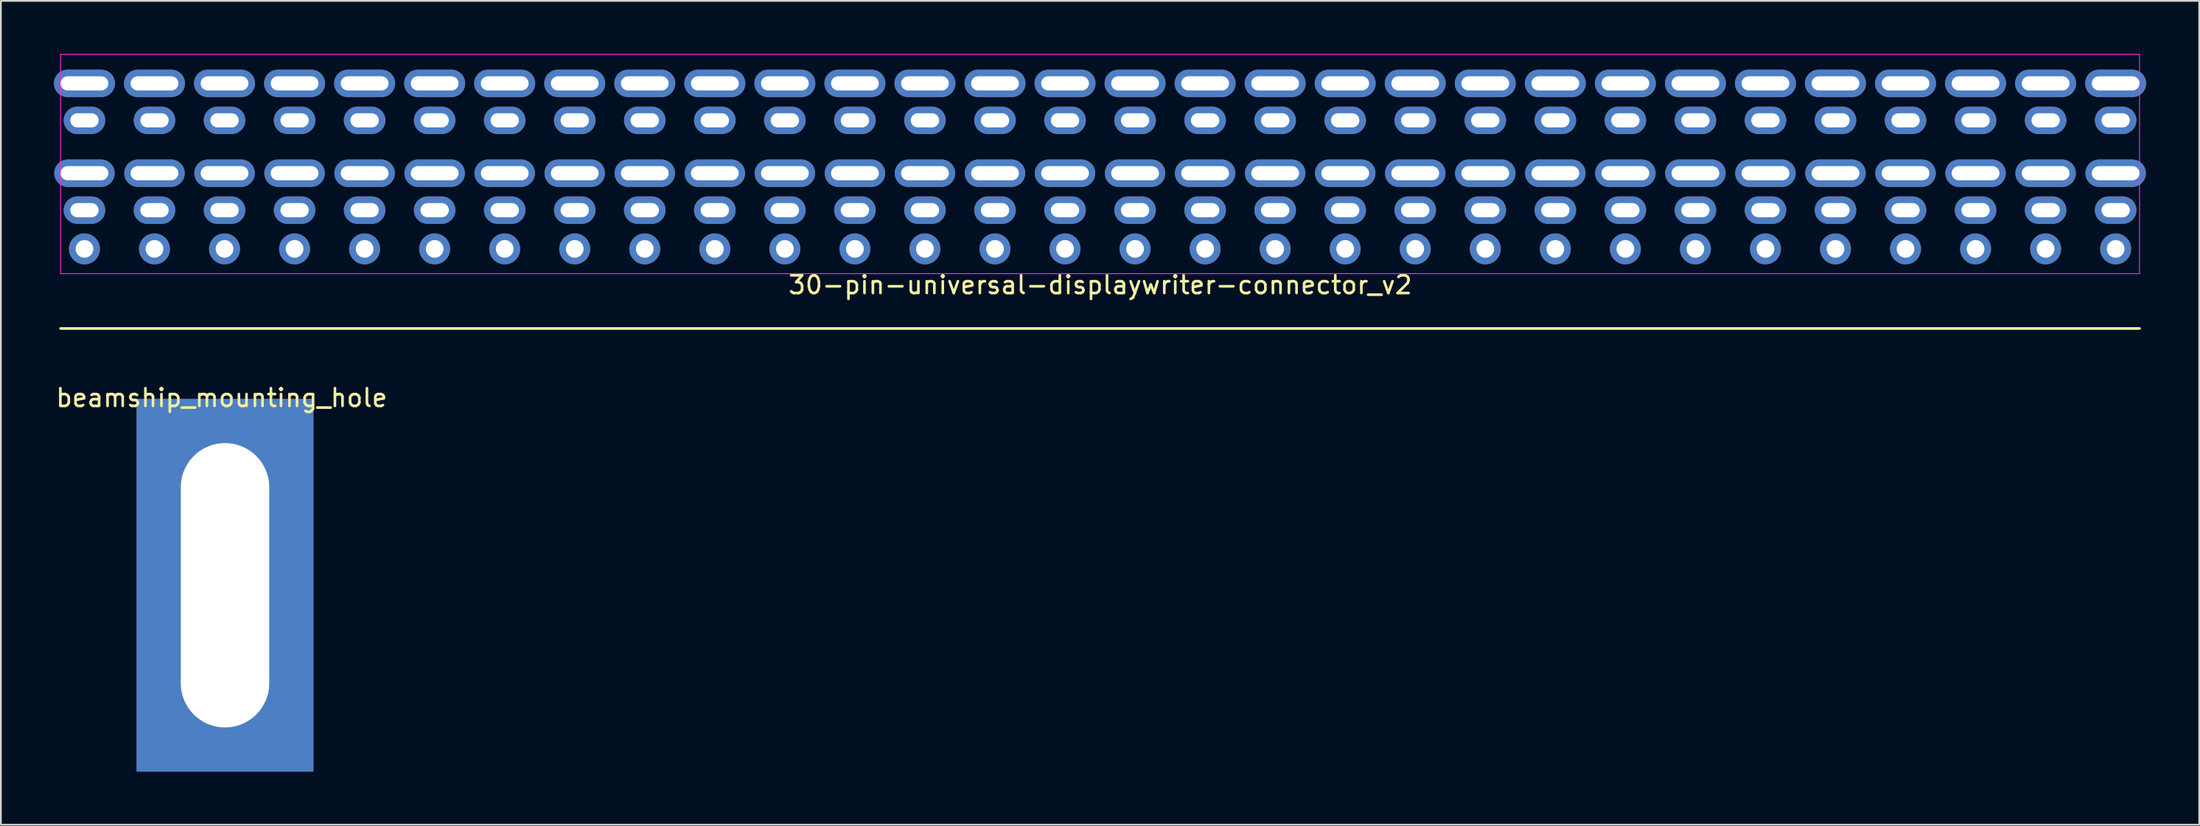
<source format=kicad_pcb>
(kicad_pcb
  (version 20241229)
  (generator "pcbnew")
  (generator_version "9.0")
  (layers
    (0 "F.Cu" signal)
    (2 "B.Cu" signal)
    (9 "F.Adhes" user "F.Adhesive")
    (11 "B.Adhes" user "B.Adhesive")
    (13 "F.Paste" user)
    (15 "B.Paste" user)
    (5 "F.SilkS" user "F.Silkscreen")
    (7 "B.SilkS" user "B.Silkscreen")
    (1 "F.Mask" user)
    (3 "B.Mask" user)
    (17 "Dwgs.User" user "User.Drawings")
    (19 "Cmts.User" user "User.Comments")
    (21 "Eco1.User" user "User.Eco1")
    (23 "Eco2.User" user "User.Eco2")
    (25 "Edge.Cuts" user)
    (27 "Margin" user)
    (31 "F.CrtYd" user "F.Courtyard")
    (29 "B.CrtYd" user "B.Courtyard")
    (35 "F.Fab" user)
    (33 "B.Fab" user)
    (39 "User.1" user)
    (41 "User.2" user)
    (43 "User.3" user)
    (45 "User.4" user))
  (footprint "30-pin-universal-displaywriter-connector_v2"
    (layer "F.Cu")
    (at 59.145 9.195)
    (property "Reference" "30-pin-universal-displaywriter-connector_v2" (at 0.013 3.87 180) (layer "F.SilkS") (effects (font (size 1 1) (thickness 0.15))))
    (attr through_hole)
    (fp_line (start -58.77 6.33) (end 58.77 6.33) (stroke (width 0.15) (type solid)) (layer "F.SilkS"))
    (fp_line (start -58.77 -9.17) (end -58.77 3.23) (stroke (width 0.05) (type solid)) (layer "F.CrtYd"))
    (fp_line (start -58.77 3.23) (end 58.77 3.23) (stroke (width 0.05) (type solid)) (layer "F.CrtYd"))
    (fp_line (start 58.77 -9.17) (end -58.77 -9.17) (stroke (width 0.05) (type solid)) (layer "F.CrtYd"))
    (fp_line (start 58.77 3.23) (end 58.77 -9.17) (stroke (width 0.05) (type solid)) (layer "F.CrtYd"))
    (pad "1" thru_hole oval (at -57.42 -7.53) (size 3.45 1.55) (drill oval 2.7 0.8) (layers "*.Cu" "*.Mask"))
    (pad "1" thru_hole oval (at -57.42 -5.44) (size 2.35 1.55) (drill oval 1.6 0.8) (layers "*.Cu" "*.Mask"))
    (pad "1" thru_hole oval (at -57.42 -2.45) (size 3.42 1.55) (drill oval 2.7 0.8) (layers "*.Cu" "*.Mask"))
    (pad "1" thru_hole oval (at -57.42 -0.36) (size 2.35 1.55) (drill oval 1.6 0.8) (layers "*.Cu" "*.Mask"))
    (pad "1" thru_hole oval (at -57.42 1.83) (size 1.75 1.75) (drill 1) (layers "*.Cu" "*.Mask"))
    (pad "2" thru_hole oval (at -53.46 -7.53) (size 3.45 1.55) (drill oval 2.7 0.8) (layers "*.Cu" "*.Mask"))
    (pad "2" thru_hole oval (at -53.46 -5.44) (size 2.35 1.55) (drill oval 1.6 0.8) (layers "*.Cu" "*.Mask"))
    (pad "2" thru_hole oval (at -53.46 -2.45) (size 3.42 1.55) (drill oval 2.7 0.8) (layers "*.Cu" "*.Mask"))
    (pad "2" thru_hole oval (at -53.46 -0.36) (size 2.35 1.55) (drill oval 1.6 0.8) (layers "*.Cu" "*.Mask"))
    (pad "2" thru_hole oval (at -53.46 1.83) (size 1.75 1.75) (drill 1) (layers "*.Cu" "*.Mask"))
    (pad "3" thru_hole oval (at -49.5 -7.53) (size 3.45 1.55) (drill oval 2.7 0.8) (layers "*.Cu" "*.Mask"))
    (pad "3" thru_hole oval (at -49.5 -5.44) (size 2.35 1.55) (drill oval 1.6 0.8) (layers "*.Cu" "*.Mask"))
    (pad "3" thru_hole oval (at -49.5 -2.45) (size 3.42 1.55) (drill oval 2.7 0.8) (layers "*.Cu" "*.Mask"))
    (pad "3" thru_hole oval (at -49.5 -0.36) (size 2.35 1.55) (drill oval 1.6 0.8) (layers "*.Cu" "*.Mask"))
    (pad "3" thru_hole oval (at -49.5 1.83) (size 1.75 1.75) (drill 1) (layers "*.Cu" "*.Mask"))
    (pad "4" thru_hole oval (at -45.54 -7.53) (size 3.45 1.55) (drill oval 2.7 0.8) (layers "*.Cu" "*.Mask"))
    (pad "4" thru_hole oval (at -45.54 -5.44) (size 2.35 1.55) (drill oval 1.6 0.8) (layers "*.Cu" "*.Mask"))
    (pad "4" thru_hole oval (at -45.54 -2.45) (size 3.42 1.55) (drill oval 2.7 0.8) (layers "*.Cu" "*.Mask"))
    (pad "4" thru_hole oval (at -45.54 -0.36) (size 2.35 1.55) (drill oval 1.6 0.8) (layers "*.Cu" "*.Mask"))
    (pad "4" thru_hole oval (at -45.54 1.83) (size 1.75 1.75) (drill 1) (layers "*.Cu" "*.Mask"))
    (pad "5" thru_hole oval (at -41.58 -7.53) (size 3.45 1.55) (drill oval 2.7 0.8) (layers "*.Cu" "*.Mask"))
    (pad "5" thru_hole oval (at -41.58 -5.44) (size 2.35 1.55) (drill oval 1.6 0.8) (layers "*.Cu" "*.Mask"))
    (pad "5" thru_hole oval (at -41.58 -2.45) (size 3.42 1.55) (drill oval 2.7 0.8) (layers "*.Cu" "*.Mask"))
    (pad "5" thru_hole oval (at -41.58 -0.36) (size 2.35 1.55) (drill oval 1.6 0.8) (layers "*.Cu" "*.Mask"))
    (pad "5" thru_hole oval (at -41.58 1.83) (size 1.75 1.75) (drill 1) (layers "*.Cu" "*.Mask"))
    (pad "6" thru_hole oval (at -37.62 -7.53) (size 3.45 1.55) (drill oval 2.7 0.8) (layers "*.Cu" "*.Mask"))
    (pad "6" thru_hole oval (at -37.62 -5.44) (size 2.35 1.55) (drill oval 1.6 0.8) (layers "*.Cu" "*.Mask"))
    (pad "6" thru_hole oval (at -37.62 -2.45) (size 3.42 1.55) (drill oval 2.7 0.8) (layers "*.Cu" "*.Mask"))
    (pad "6" thru_hole oval (at -37.62 -0.36) (size 2.35 1.55) (drill oval 1.6 0.8) (layers "*.Cu" "*.Mask"))
    (pad "6" thru_hole oval (at -37.62 1.83) (size 1.75 1.75) (drill 1) (layers "*.Cu" "*.Mask"))
    (pad "7" thru_hole oval (at -33.66 -7.53) (size 3.45 1.55) (drill oval 2.7 0.8) (layers "*.Cu" "*.Mask"))
    (pad "7" thru_hole oval (at -33.66 -5.44) (size 2.35 1.55) (drill oval 1.6 0.8) (layers "*.Cu" "*.Mask"))
    (pad "7" thru_hole oval (at -33.66 -2.45) (size 3.42 1.55) (drill oval 2.7 0.8) (layers "*.Cu" "*.Mask"))
    (pad "7" thru_hole oval (at -33.66 -0.36) (size 2.35 1.55) (drill oval 1.6 0.8) (layers "*.Cu" "*.Mask"))
    (pad "7" thru_hole oval (at -33.66 1.83) (size 1.75 1.75) (drill 1) (layers "*.Cu" "*.Mask"))
    (pad "8" thru_hole oval (at -29.7 -7.53) (size 3.45 1.55) (drill oval 2.7 0.8) (layers "*.Cu" "*.Mask"))
    (pad "8" thru_hole oval (at -29.7 -5.44) (size 2.35 1.55) (drill oval 1.6 0.8) (layers "*.Cu" "*.Mask"))
    (pad "8" thru_hole oval (at -29.7 -2.45) (size 3.42 1.55) (drill oval 2.7 0.8) (layers "*.Cu" "*.Mask"))
    (pad "8" thru_hole oval (at -29.7 -0.36) (size 2.35 1.55) (drill oval 1.6 0.8) (layers "*.Cu" "*.Mask"))
    (pad "8" thru_hole oval (at -29.7 1.83) (size 1.75 1.75) (drill 1) (layers "*.Cu" "*.Mask"))
    (pad "9" thru_hole oval (at -25.74 -7.53) (size 3.45 1.55) (drill oval 2.7 0.8) (layers "*.Cu" "*.Mask"))
    (pad "9" thru_hole oval (at -25.74 -5.44) (size 2.35 1.55) (drill oval 1.6 0.8) (layers "*.Cu" "*.Mask"))
    (pad "9" thru_hole oval (at -25.74 -2.45) (size 3.42 1.55) (drill oval 2.7 0.8) (layers "*.Cu" "*.Mask"))
    (pad "9" thru_hole oval (at -25.74 -0.36) (size 2.35 1.55) (drill oval 1.6 0.8) (layers "*.Cu" "*.Mask"))
    (pad "9" thru_hole oval (at -25.74 1.83) (size 1.75 1.75) (drill 1) (layers "*.Cu" "*.Mask"))
    (pad "10" thru_hole oval (at -21.78 -7.53) (size 3.45 1.55) (drill oval 2.7 0.8) (layers "*.Cu" "*.Mask"))
    (pad "10" thru_hole oval (at -21.78 -5.44) (size 2.35 1.55) (drill oval 1.6 0.8) (layers "*.Cu" "*.Mask"))
    (pad "10" thru_hole oval (at -21.78 -2.45) (size 3.42 1.55) (drill oval 2.7 0.8) (layers "*.Cu" "*.Mask"))
    (pad "10" thru_hole oval (at -21.78 -0.36) (size 2.35 1.55) (drill oval 1.6 0.8) (layers "*.Cu" "*.Mask"))
    (pad "10" thru_hole oval (at -21.78 1.83) (size 1.75 1.75) (drill 1) (layers "*.Cu" "*.Mask"))
    (pad "11" thru_hole oval (at -17.82 -7.53) (size 3.45 1.55) (drill oval 2.7 0.8) (layers "*.Cu" "*.Mask"))
    (pad "11" thru_hole oval (at -17.82 -5.44) (size 2.35 1.55) (drill oval 1.6 0.8) (layers "*.Cu" "*.Mask"))
    (pad "11" thru_hole oval (at -17.82 -2.45) (size 3.42 1.55) (drill oval 2.7 0.8) (layers "*.Cu" "*.Mask"))
    (pad "11" thru_hole oval (at -17.82 -0.36) (size 2.35 1.55) (drill oval 1.6 0.8) (layers "*.Cu" "*.Mask"))
    (pad "11" thru_hole oval (at -17.82 1.83) (size 1.75 1.75) (drill 1) (layers "*.Cu" "*.Mask"))
    (pad "12" thru_hole oval (at -13.86 -7.53) (size 3.45 1.55) (drill oval 2.7 0.8) (layers "*.Cu" "*.Mask"))
    (pad "12" thru_hole oval (at -13.86 -5.44) (size 2.35 1.55) (drill oval 1.6 0.8) (layers "*.Cu" "*.Mask"))
    (pad "12" thru_hole oval (at -13.86 -2.45) (size 3.42 1.55) (drill oval 2.7 0.8) (layers "*.Cu" "*.Mask"))
    (pad "12" thru_hole oval (at -13.86 -0.36) (size 2.35 1.55) (drill oval 1.6 0.8) (layers "*.Cu" "*.Mask"))
    (pad "12" thru_hole oval (at -13.86 1.83) (size 1.75 1.75) (drill 1) (layers "*.Cu" "*.Mask"))
    (pad "13" thru_hole oval (at -9.9 -7.53) (size 3.45 1.55) (drill oval 2.7 0.8) (layers "*.Cu" "*.Mask"))
    (pad "13" thru_hole oval (at -9.9 -5.44) (size 2.35 1.55) (drill oval 1.6 0.8) (layers "*.Cu" "*.Mask"))
    (pad "13" thru_hole oval (at -9.9 -2.45) (size 3.42 1.55) (drill oval 2.7 0.8) (layers "*.Cu" "*.Mask"))
    (pad "13" thru_hole oval (at -9.9 -0.36) (size 2.35 1.55) (drill oval 1.6 0.8) (layers "*.Cu" "*.Mask"))
    (pad "13" thru_hole oval (at -9.9 1.83) (size 1.75 1.75) (drill 1) (layers "*.Cu" "*.Mask"))
    (pad "14" thru_hole oval (at -5.94 -7.53) (size 3.45 1.55) (drill oval 2.7 0.8) (layers "*.Cu" "*.Mask"))
    (pad "14" thru_hole oval (at -5.94 -5.44) (size 2.35 1.55) (drill oval 1.6 0.8) (layers "*.Cu" "*.Mask"))
    (pad "14" thru_hole oval (at -5.94 -2.45) (size 3.42 1.55) (drill oval 2.7 0.8) (layers "*.Cu" "*.Mask"))
    (pad "14" thru_hole oval (at -5.94 -0.36) (size 2.35 1.55) (drill oval 1.6 0.8) (layers "*.Cu" "*.Mask"))
    (pad "14" thru_hole oval (at -5.94 1.83) (size 1.75 1.75) (drill 1) (layers "*.Cu" "*.Mask"))
    (pad "15" thru_hole oval (at -1.98 -7.53) (size 3.45 1.55) (drill oval 2.7 0.8) (layers "*.Cu" "*.Mask"))
    (pad "15" thru_hole oval (at -1.98 -5.44) (size 2.35 1.55) (drill oval 1.6 0.8) (layers "*.Cu" "*.Mask"))
    (pad "15" thru_hole oval (at -1.98 -2.45) (size 3.42 1.55) (drill oval 2.7 0.8) (layers "*.Cu" "*.Mask"))
    (pad "15" thru_hole oval (at -1.98 -0.36) (size 2.35 1.55) (drill oval 1.6 0.8) (layers "*.Cu" "*.Mask"))
    (pad "15" thru_hole oval (at -1.98 1.83) (size 1.75 1.75) (drill 1) (layers "*.Cu" "*.Mask"))
    (pad "16" thru_hole oval (at 1.98 -7.53) (size 3.45 1.55) (drill oval 2.7 0.8) (layers "*.Cu" "*.Mask"))
    (pad "16" thru_hole oval (at 1.98 -5.44) (size 2.35 1.55) (drill oval 1.6 0.8) (layers "*.Cu" "*.Mask"))
    (pad "16" thru_hole oval (at 1.98 -2.45) (size 3.42 1.55) (drill oval 2.7 0.8) (layers "*.Cu" "*.Mask"))
    (pad "16" thru_hole oval (at 1.98 -0.36) (size 2.35 1.55) (drill oval 1.6 0.8) (layers "*.Cu" "*.Mask"))
    (pad "16" thru_hole oval (at 1.98 1.83) (size 1.75 1.75) (drill 1) (layers "*.Cu" "*.Mask"))
    (pad "17" thru_hole oval (at 5.94 -7.53) (size 3.45 1.55) (drill oval 2.7 0.8) (layers "*.Cu" "*.Mask"))
    (pad "17" thru_hole oval (at 5.94 -5.44) (size 2.35 1.55) (drill oval 1.6 0.8) (layers "*.Cu" "*.Mask"))
    (pad "17" thru_hole oval (at 5.94 -2.45) (size 3.42 1.55) (drill oval 2.7 0.8) (layers "*.Cu" "*.Mask"))
    (pad "17" thru_hole oval (at 5.94 -0.36) (size 2.35 1.55) (drill oval 1.6 0.8) (layers "*.Cu" "*.Mask"))
    (pad "17" thru_hole oval (at 5.94 1.83) (size 1.75 1.75) (drill 1) (layers "*.Cu" "*.Mask"))
    (pad "18" thru_hole oval (at 9.9 -7.53) (size 3.45 1.55) (drill oval 2.7 0.8) (layers "*.Cu" "*.Mask"))
    (pad "18" thru_hole oval (at 9.9 -5.44) (size 2.35 1.55) (drill oval 1.6 0.8) (layers "*.Cu" "*.Mask"))
    (pad "18" thru_hole oval (at 9.9 -2.45) (size 3.42 1.55) (drill oval 2.7 0.8) (layers "*.Cu" "*.Mask"))
    (pad "18" thru_hole oval (at 9.9 -0.36) (size 2.35 1.55) (drill oval 1.6 0.8) (layers "*.Cu" "*.Mask"))
    (pad "18" thru_hole oval (at 9.9 1.83) (size 1.75 1.75) (drill 1) (layers "*.Cu" "*.Mask"))
    (pad "19" thru_hole oval (at 13.86 -7.53) (size 3.45 1.55) (drill oval 2.7 0.8) (layers "*.Cu" "*.Mask"))
    (pad "19" thru_hole oval (at 13.86 -5.44) (size 2.35 1.55) (drill oval 1.6 0.8) (layers "*.Cu" "*.Mask"))
    (pad "19" thru_hole oval (at 13.86 -2.45) (size 3.42 1.55) (drill oval 2.7 0.8) (layers "*.Cu" "*.Mask"))
    (pad "19" thru_hole oval (at 13.86 -0.36) (size 2.35 1.55) (drill oval 1.6 0.8) (layers "*.Cu" "*.Mask"))
    (pad "19" thru_hole oval (at 13.86 1.83) (size 1.75 1.75) (drill 1) (layers "*.Cu" "*.Mask"))
    (pad "20" thru_hole oval (at 17.82 -7.53) (size 3.45 1.55) (drill oval 2.7 0.8) (layers "*.Cu" "*.Mask"))
    (pad "20" thru_hole oval (at 17.82 -5.44) (size 2.35 1.55) (drill oval 1.6 0.8) (layers "*.Cu" "*.Mask"))
    (pad "20" thru_hole oval (at 17.82 -2.45) (size 3.42 1.55) (drill oval 2.7 0.8) (layers "*.Cu" "*.Mask"))
    (pad "20" thru_hole oval (at 17.82 -0.36) (size 2.35 1.55) (drill oval 1.6 0.8) (layers "*.Cu" "*.Mask"))
    (pad "20" thru_hole oval (at 17.82 1.83) (size 1.75 1.75) (drill 1) (layers "*.Cu" "*.Mask"))
    (pad "21" thru_hole oval (at 21.78 -7.53) (size 3.45 1.55) (drill oval 2.7 0.8) (layers "*.Cu" "*.Mask"))
    (pad "21" thru_hole oval (at 21.78 -5.44) (size 2.35 1.55) (drill oval 1.6 0.8) (layers "*.Cu" "*.Mask"))
    (pad "21" thru_hole oval (at 21.78 -2.45) (size 3.42 1.55) (drill oval 2.7 0.8) (layers "*.Cu" "*.Mask"))
    (pad "21" thru_hole oval (at 21.78 -0.36) (size 2.35 1.55) (drill oval 1.6 0.8) (layers "*.Cu" "*.Mask"))
    (pad "21" thru_hole oval (at 21.78 1.83) (size 1.75 1.75) (drill 1) (layers "*.Cu" "*.Mask"))
    (pad "22" thru_hole oval (at 25.74 -7.53) (size 3.45 1.55) (drill oval 2.7 0.8) (layers "*.Cu" "*.Mask"))
    (pad "22" thru_hole oval (at 25.74 -5.44) (size 2.35 1.55) (drill oval 1.6 0.8) (layers "*.Cu" "*.Mask"))
    (pad "22" thru_hole oval (at 25.74 -2.45) (size 3.42 1.55) (drill oval 2.7 0.8) (layers "*.Cu" "*.Mask"))
    (pad "22" thru_hole oval (at 25.74 -0.36) (size 2.35 1.55) (drill oval 1.6 0.8) (layers "*.Cu" "*.Mask"))
    (pad "22" thru_hole oval (at 25.74 1.83) (size 1.75 1.75) (drill 1) (layers "*.Cu" "*.Mask"))
    (pad "23" thru_hole oval (at 29.7 -7.53) (size 3.45 1.55) (drill oval 2.7 0.8) (layers "*.Cu" "*.Mask"))
    (pad "23" thru_hole oval (at 29.7 -5.44) (size 2.35 1.55) (drill oval 1.6 0.8) (layers "*.Cu" "*.Mask"))
    (pad "23" thru_hole oval (at 29.7 -2.45) (size 3.42 1.55) (drill oval 2.7 0.8) (layers "*.Cu" "*.Mask"))
    (pad "23" thru_hole oval (at 29.7 -0.36) (size 2.35 1.55) (drill oval 1.6 0.8) (layers "*.Cu" "*.Mask"))
    (pad "23" thru_hole oval (at 29.7 1.83) (size 1.75 1.75) (drill 1) (layers "*.Cu" "*.Mask"))
    (pad "24" thru_hole oval (at 33.66 -7.53) (size 3.45 1.55) (drill oval 2.7 0.8) (layers "*.Cu" "*.Mask"))
    (pad "24" thru_hole oval (at 33.66 -5.44) (size 2.35 1.55) (drill oval 1.6 0.8) (layers "*.Cu" "*.Mask"))
    (pad "24" thru_hole oval (at 33.66 -2.45) (size 3.42 1.55) (drill oval 2.7 0.8) (layers "*.Cu" "*.Mask"))
    (pad "24" thru_hole oval (at 33.66 -0.36) (size 2.35 1.55) (drill oval 1.6 0.8) (layers "*.Cu" "*.Mask"))
    (pad "24" thru_hole oval (at 33.66 1.83) (size 1.75 1.75) (drill 1) (layers "*.Cu" "*.Mask"))
    (pad "25" thru_hole oval (at 37.62 -7.53) (size 3.45 1.55) (drill oval 2.7 0.8) (layers "*.Cu" "*.Mask"))
    (pad "25" thru_hole oval (at 37.62 -5.44) (size 2.35 1.55) (drill oval 1.6 0.8) (layers "*.Cu" "*.Mask"))
    (pad "25" thru_hole oval (at 37.62 -2.45) (size 3.42 1.55) (drill oval 2.7 0.8) (layers "*.Cu" "*.Mask"))
    (pad "25" thru_hole oval (at 37.62 -0.36) (size 2.35 1.55) (drill oval 1.6 0.8) (layers "*.Cu" "*.Mask"))
    (pad "25" thru_hole oval (at 37.62 1.83) (size 1.75 1.75) (drill 1) (layers "*.Cu" "*.Mask"))
    (pad "26" thru_hole oval (at 41.58 -7.53) (size 3.45 1.55) (drill oval 2.7 0.8) (layers "*.Cu" "*.Mask"))
    (pad "26" thru_hole oval (at 41.58 -5.44) (size 2.35 1.55) (drill oval 1.6 0.8) (layers "*.Cu" "*.Mask"))
    (pad "26" thru_hole oval (at 41.58 -2.45) (size 3.42 1.55) (drill oval 2.7 0.8) (layers "*.Cu" "*.Mask"))
    (pad "26" thru_hole oval (at 41.58 -0.36) (size 2.35 1.55) (drill oval 1.6 0.8) (layers "*.Cu" "*.Mask"))
    (pad "26" thru_hole oval (at 41.58 1.83) (size 1.75 1.75) (drill 1) (layers "*.Cu" "*.Mask"))
    (pad "27" thru_hole oval (at 45.54 -7.53) (size 3.45 1.55) (drill oval 2.7 0.8) (layers "*.Cu" "*.Mask"))
    (pad "27" thru_hole oval (at 45.54 -5.44) (size 2.35 1.55) (drill oval 1.6 0.8) (layers "*.Cu" "*.Mask"))
    (pad "27" thru_hole oval (at 45.54 -2.45) (size 3.42 1.55) (drill oval 2.7 0.8) (layers "*.Cu" "*.Mask"))
    (pad "27" thru_hole oval (at 45.54 -0.36) (size 2.35 1.55) (drill oval 1.6 0.8) (layers "*.Cu" "*.Mask"))
    (pad "27" thru_hole oval (at 45.54 1.83) (size 1.75 1.75) (drill 1) (layers "*.Cu" "*.Mask"))
    (pad "28" thru_hole oval (at 49.5 -7.53) (size 3.45 1.55) (drill oval 2.7 0.8) (layers "*.Cu" "*.Mask"))
    (pad "28" thru_hole oval (at 49.5 -5.44) (size 2.35 1.55) (drill oval 1.6 0.8) (layers "*.Cu" "*.Mask"))
    (pad "28" thru_hole oval (at 49.5 -2.45) (size 3.42 1.55) (drill oval 2.7 0.8) (layers "*.Cu" "*.Mask"))
    (pad "28" thru_hole oval (at 49.5 -0.36) (size 2.35 1.55) (drill oval 1.6 0.8) (layers "*.Cu" "*.Mask"))
    (pad "28" thru_hole oval (at 49.5 1.83) (size 1.75 1.75) (drill 1) (layers "*.Cu" "*.Mask"))
    (pad "29" thru_hole oval (at 53.46 -7.53) (size 3.45 1.55) (drill oval 2.7 0.8) (layers "*.Cu" "*.Mask"))
    (pad "29" thru_hole oval (at 53.46 -5.44) (size 2.35 1.55) (drill oval 1.6 0.8) (layers "*.Cu" "*.Mask"))
    (pad "29" thru_hole oval (at 53.46 -2.45) (size 3.42 1.55) (drill oval 2.7 0.8) (layers "*.Cu" "*.Mask"))
    (pad "29" thru_hole oval (at 53.46 -0.36) (size 2.35 1.55) (drill oval 1.6 0.8) (layers "*.Cu" "*.Mask"))
    (pad "29" thru_hole oval (at 53.46 1.83) (size 1.75 1.75) (drill 1) (layers "*.Cu" "*.Mask"))
    (pad "30" thru_hole oval (at 57.42 -7.53) (size 3.45 1.55) (drill oval 2.7 0.8) (layers "*.Cu" "*.Mask"))
    (pad "30" thru_hole oval (at 57.42 -5.44) (size 2.35 1.55) (drill oval 1.6 0.8) (layers "*.Cu" "*.Mask"))
    (pad "30" thru_hole oval (at 57.42 -2.45) (size 3.42 1.55) (drill oval 2.7 0.8) (layers "*.Cu" "*.Mask"))
    (pad "30" thru_hole oval (at 57.42 -0.36) (size 2.35 1.55) (drill oval 1.6 0.8) (layers "*.Cu" "*.Mask"))
    (pad "30" thru_hole oval (at 57.42 1.83) (size 1.75 1.75) (drill 1) (layers "*.Cu" "*.Mask")))
  (footprint "beamship_mounting_hole"
    (layer "F.Cu")
    (at 9.672 30.048)
    (property "Reference" "beamship_mounting_hole" (at -0.19 -10.6 0) (layer "F.SilkS") (effects (font (size 1 1) (thickness 0.15))))
    (attr through_hole)
    (pad "1" thru_hole rect (at 0 0) (size 10 21.08) (drill oval 5 16.08) (layers "*.Cu" "*.Mask")))
  (gr_rect
    (start -3 -3)
    (end 121.29 43.588)
    (stroke (width 0.1) (type default))
    (fill no)
    (layer "Edge.Cuts")))
</source>
